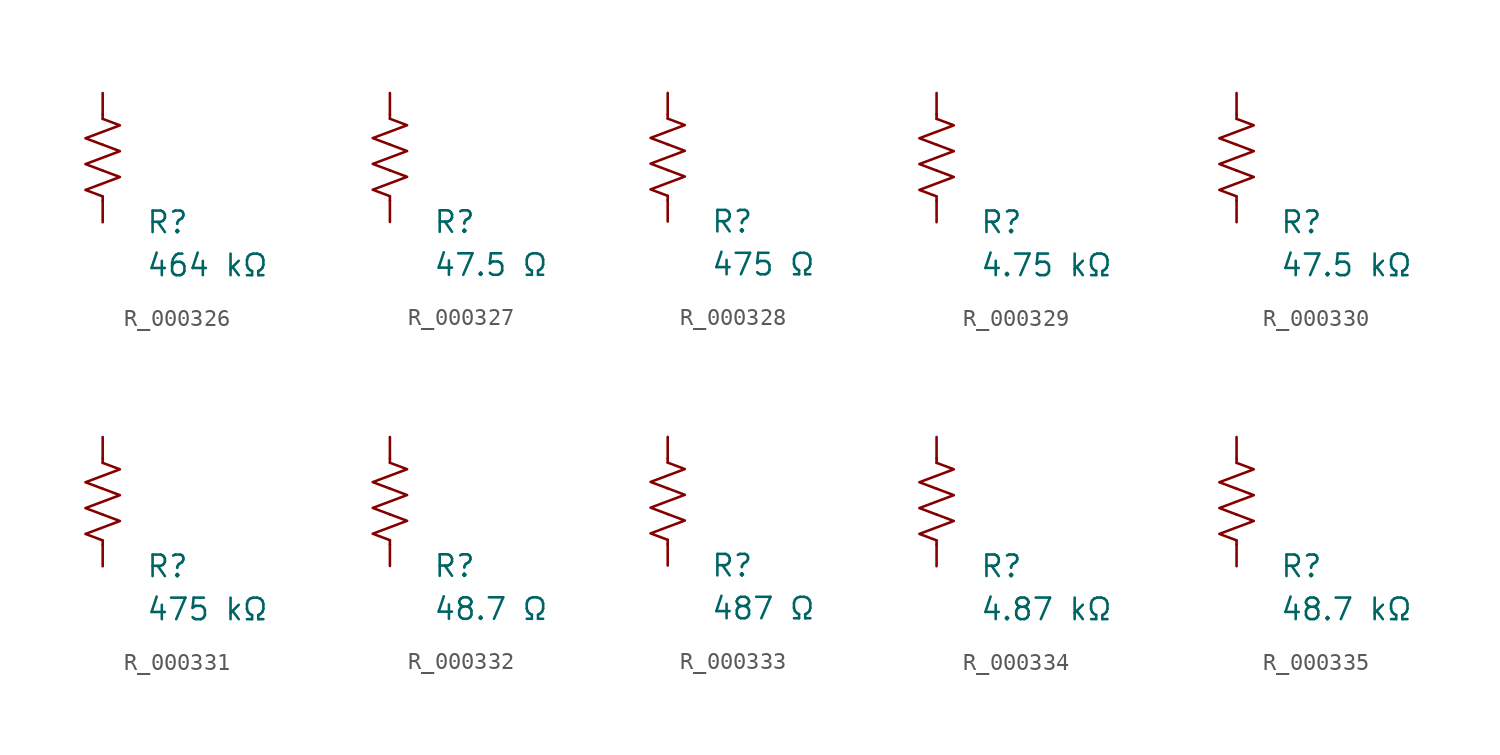
<source format=kicad_sym>
(kicad_symbol_lib
  (version 20231120)
  (generator "kicad_symbol_editor")
  (generator_version "8.0")
  (symbol "R_000326"
    (pin_numbers hide)
    (pin_names
      (offset 0))
    (property "Reference" "R"
      (at 2.54 -3.81 0)
      (effects (font (size 1.27 1.27)) (justify left))
      (show_name no))
    (property "Value" "464 kΩ"
      (at 2.54 -6.35 0)
      (effects (font (size 1.27 1.27)) (justify left))
      (show_name no))
    (symbol "R_000326_0_1"
      (polyline (pts (xy 0 -2.286) (xy 0 -2.54)) (stroke (width 0) (type default)) (fill (type none)))
      (polyline (pts (xy 0 2.286) (xy 0 2.54)) (stroke (width 0) (type default)) (fill (type none)))
      (polyline (pts (xy 0 -0.762) (xy 1.016 -1.143) (xy 0 -1.524) (xy -1.016 -1.905) (xy 0 -2.286)) (stroke (width 0) (type default)) (fill (type none)))
      (polyline (pts (xy 0 0.762) (xy 1.016 0.381) (xy 0 0) (xy -1.016 -0.381) (xy 0 -0.762)) (stroke (width 0) (type default)) (fill (type none)))
      (polyline (pts (xy 0 2.286) (xy 1.016 1.905) (xy 0 1.524) (xy -1.016 1.143) (xy 0 0.762)) (stroke (width 0) (type default)) (fill (type none))))
    (symbol "R_000326_1_1"
      (pin passive line (at 0 3.81 270) (length 1.27) (name "~" (effects (font (size 1.27 1.27)))) (number "1" (effects (font (size 1.27 1.27)))))
      (pin passive line (at 0 -3.81 90) (length 1.27) (name "~" (effects (font (size 1.27 1.27)))) (number "2" (effects (font (size 1.27 1.27)))))))
  (symbol "R_000327"
    (pin_numbers hide)
    (pin_names
      (offset 0))
    (property "Reference" "R"
      (at 2.54 -3.81 0)
      (effects (font (size 1.27 1.27)) (justify left))
      (show_name no))
    (property "Value" "47.5 Ω"
      (at 2.54 -6.35 0)
      (effects (font (size 1.27 1.27)) (justify left))
      (show_name no))
    (symbol "R_000327_0_1"
      (polyline (pts (xy 0 -2.286) (xy 0 -2.54)) (stroke (width 0) (type default)) (fill (type none)))
      (polyline (pts (xy 0 2.286) (xy 0 2.54)) (stroke (width 0) (type default)) (fill (type none)))
      (polyline (pts (xy 0 -0.762) (xy 1.016 -1.143) (xy 0 -1.524) (xy -1.016 -1.905) (xy 0 -2.286)) (stroke (width 0) (type default)) (fill (type none)))
      (polyline (pts (xy 0 0.762) (xy 1.016 0.381) (xy 0 0) (xy -1.016 -0.381) (xy 0 -0.762)) (stroke (width 0) (type default)) (fill (type none)))
      (polyline (pts (xy 0 2.286) (xy 1.016 1.905) (xy 0 1.524) (xy -1.016 1.143) (xy 0 0.762)) (stroke (width 0) (type default)) (fill (type none))))
    (symbol "R_000327_1_1"
      (pin passive line (at 0 3.81 270) (length 1.27) (name "~" (effects (font (size 1.27 1.27)))) (number "1" (effects (font (size 1.27 1.27)))))
      (pin passive line (at 0 -3.81 90) (length 1.27) (name "~" (effects (font (size 1.27 1.27)))) (number "2" (effects (font (size 1.27 1.27)))))))
  (symbol "R_000328"
    (pin_numbers hide)
    (pin_names
      (offset 0))
    (property "Reference" "R"
      (at 2.54 -3.81 0)
      (effects (font (size 1.27 1.27)) (justify left))
      (show_name no))
    (property "Value" "475 Ω"
      (at 2.54 -6.35 0)
      (effects (font (size 1.27 1.27)) (justify left))
      (show_name no))
    (symbol "R_000328_0_1"
      (polyline (pts (xy 0 -2.286) (xy 0 -2.54)) (stroke (width 0) (type default)) (fill (type none)))
      (polyline (pts (xy 0 2.286) (xy 0 2.54)) (stroke (width 0) (type default)) (fill (type none)))
      (polyline (pts (xy 0 -0.762) (xy 1.016 -1.143) (xy 0 -1.524) (xy -1.016 -1.905) (xy 0 -2.286)) (stroke (width 0) (type default)) (fill (type none)))
      (polyline (pts (xy 0 0.762) (xy 1.016 0.381) (xy 0 0) (xy -1.016 -0.381) (xy 0 -0.762)) (stroke (width 0) (type default)) (fill (type none)))
      (polyline (pts (xy 0 2.286) (xy 1.016 1.905) (xy 0 1.524) (xy -1.016 1.143) (xy 0 0.762)) (stroke (width 0) (type default)) (fill (type none))))
    (symbol "R_000328_1_1"
      (pin passive line (at 0 3.81 270) (length 1.27) (name "~" (effects (font (size 1.27 1.27)))) (number "1" (effects (font (size 1.27 1.27)))))
      (pin passive line (at 0 -3.81 90) (length 1.27) (name "~" (effects (font (size 1.27 1.27)))) (number "2" (effects (font (size 1.27 1.27)))))))
  (symbol "R_000329"
    (pin_numbers hide)
    (pin_names
      (offset 0))
    (property "Reference" "R"
      (at 2.54 -3.81 0)
      (effects (font (size 1.27 1.27)) (justify left))
      (show_name no))
    (property "Value" "4.75 kΩ"
      (at 2.54 -6.35 0)
      (effects (font (size 1.27 1.27)) (justify left))
      (show_name no))
    (symbol "R_000329_0_1"
      (polyline (pts (xy 0 -2.286) (xy 0 -2.54)) (stroke (width 0) (type default)) (fill (type none)))
      (polyline (pts (xy 0 2.286) (xy 0 2.54)) (stroke (width 0) (type default)) (fill (type none)))
      (polyline (pts (xy 0 -0.762) (xy 1.016 -1.143) (xy 0 -1.524) (xy -1.016 -1.905) (xy 0 -2.286)) (stroke (width 0) (type default)) (fill (type none)))
      (polyline (pts (xy 0 0.762) (xy 1.016 0.381) (xy 0 0) (xy -1.016 -0.381) (xy 0 -0.762)) (stroke (width 0) (type default)) (fill (type none)))
      (polyline (pts (xy 0 2.286) (xy 1.016 1.905) (xy 0 1.524) (xy -1.016 1.143) (xy 0 0.762)) (stroke (width 0) (type default)) (fill (type none))))
    (symbol "R_000329_1_1"
      (pin passive line (at 0 3.81 270) (length 1.27) (name "~" (effects (font (size 1.27 1.27)))) (number "1" (effects (font (size 1.27 1.27)))))
      (pin passive line (at 0 -3.81 90) (length 1.27) (name "~" (effects (font (size 1.27 1.27)))) (number "2" (effects (font (size 1.27 1.27)))))))
  (symbol "R_000330"
    (pin_numbers hide)
    (pin_names
      (offset 0))
    (property "Reference" "R"
      (at 2.54 -3.81 0)
      (effects (font (size 1.27 1.27)) (justify left))
      (show_name no))
    (property "Value" "47.5 kΩ"
      (at 2.54 -6.35 0)
      (effects (font (size 1.27 1.27)) (justify left))
      (show_name no))
    (symbol "R_000330_0_1"
      (polyline (pts (xy 0 -2.286) (xy 0 -2.54)) (stroke (width 0) (type default)) (fill (type none)))
      (polyline (pts (xy 0 2.286) (xy 0 2.54)) (stroke (width 0) (type default)) (fill (type none)))
      (polyline (pts (xy 0 -0.762) (xy 1.016 -1.143) (xy 0 -1.524) (xy -1.016 -1.905) (xy 0 -2.286)) (stroke (width 0) (type default)) (fill (type none)))
      (polyline (pts (xy 0 0.762) (xy 1.016 0.381) (xy 0 0) (xy -1.016 -0.381) (xy 0 -0.762)) (stroke (width 0) (type default)) (fill (type none)))
      (polyline (pts (xy 0 2.286) (xy 1.016 1.905) (xy 0 1.524) (xy -1.016 1.143) (xy 0 0.762)) (stroke (width 0) (type default)) (fill (type none))))
    (symbol "R_000330_1_1"
      (pin passive line (at 0 3.81 270) (length 1.27) (name "~" (effects (font (size 1.27 1.27)))) (number "1" (effects (font (size 1.27 1.27)))))
      (pin passive line (at 0 -3.81 90) (length 1.27) (name "~" (effects (font (size 1.27 1.27)))) (number "2" (effects (font (size 1.27 1.27)))))))
  (symbol "R_000331"
    (pin_numbers hide)
    (pin_names
      (offset 0))
    (property "Reference" "R"
      (at 2.54 -3.81 0)
      (effects (font (size 1.27 1.27)) (justify left))
      (show_name no))
    (property "Value" "475 kΩ"
      (at 2.54 -6.35 0)
      (effects (font (size 1.27 1.27)) (justify left))
      (show_name no))
    (symbol "R_000331_0_1"
      (polyline (pts (xy 0 -2.286) (xy 0 -2.54)) (stroke (width 0) (type default)) (fill (type none)))
      (polyline (pts (xy 0 2.286) (xy 0 2.54)) (stroke (width 0) (type default)) (fill (type none)))
      (polyline (pts (xy 0 -0.762) (xy 1.016 -1.143) (xy 0 -1.524) (xy -1.016 -1.905) (xy 0 -2.286)) (stroke (width 0) (type default)) (fill (type none)))
      (polyline (pts (xy 0 0.762) (xy 1.016 0.381) (xy 0 0) (xy -1.016 -0.381) (xy 0 -0.762)) (stroke (width 0) (type default)) (fill (type none)))
      (polyline (pts (xy 0 2.286) (xy 1.016 1.905) (xy 0 1.524) (xy -1.016 1.143) (xy 0 0.762)) (stroke (width 0) (type default)) (fill (type none))))
    (symbol "R_000331_1_1"
      (pin passive line (at 0 3.81 270) (length 1.27) (name "~" (effects (font (size 1.27 1.27)))) (number "1" (effects (font (size 1.27 1.27)))))
      (pin passive line (at 0 -3.81 90) (length 1.27) (name "~" (effects (font (size 1.27 1.27)))) (number "2" (effects (font (size 1.27 1.27)))))))
  (symbol "R_000332"
    (pin_numbers hide)
    (pin_names
      (offset 0))
    (property "Reference" "R"
      (at 2.54 -3.81 0)
      (effects (font (size 1.27 1.27)) (justify left))
      (show_name no))
    (property "Value" "48.7 Ω"
      (at 2.54 -6.35 0)
      (effects (font (size 1.27 1.27)) (justify left))
      (show_name no))
    (symbol "R_000332_0_1"
      (polyline (pts (xy 0 -2.286) (xy 0 -2.54)) (stroke (width 0) (type default)) (fill (type none)))
      (polyline (pts (xy 0 2.286) (xy 0 2.54)) (stroke (width 0) (type default)) (fill (type none)))
      (polyline (pts (xy 0 -0.762) (xy 1.016 -1.143) (xy 0 -1.524) (xy -1.016 -1.905) (xy 0 -2.286)) (stroke (width 0) (type default)) (fill (type none)))
      (polyline (pts (xy 0 0.762) (xy 1.016 0.381) (xy 0 0) (xy -1.016 -0.381) (xy 0 -0.762)) (stroke (width 0) (type default)) (fill (type none)))
      (polyline (pts (xy 0 2.286) (xy 1.016 1.905) (xy 0 1.524) (xy -1.016 1.143) (xy 0 0.762)) (stroke (width 0) (type default)) (fill (type none))))
    (symbol "R_000332_1_1"
      (pin passive line (at 0 3.81 270) (length 1.27) (name "~" (effects (font (size 1.27 1.27)))) (number "1" (effects (font (size 1.27 1.27)))))
      (pin passive line (at 0 -3.81 90) (length 1.27) (name "~" (effects (font (size 1.27 1.27)))) (number "2" (effects (font (size 1.27 1.27)))))))
  (symbol "R_000333"
    (pin_numbers hide)
    (pin_names
      (offset 0))
    (property "Reference" "R"
      (at 2.54 -3.81 0)
      (effects (font (size 1.27 1.27)) (justify left))
      (show_name no))
    (property "Value" "487 Ω"
      (at 2.54 -6.35 0)
      (effects (font (size 1.27 1.27)) (justify left))
      (show_name no))
    (symbol "R_000333_0_1"
      (polyline (pts (xy 0 -2.286) (xy 0 -2.54)) (stroke (width 0) (type default)) (fill (type none)))
      (polyline (pts (xy 0 2.286) (xy 0 2.54)) (stroke (width 0) (type default)) (fill (type none)))
      (polyline (pts (xy 0 -0.762) (xy 1.016 -1.143) (xy 0 -1.524) (xy -1.016 -1.905) (xy 0 -2.286)) (stroke (width 0) (type default)) (fill (type none)))
      (polyline (pts (xy 0 0.762) (xy 1.016 0.381) (xy 0 0) (xy -1.016 -0.381) (xy 0 -0.762)) (stroke (width 0) (type default)) (fill (type none)))
      (polyline (pts (xy 0 2.286) (xy 1.016 1.905) (xy 0 1.524) (xy -1.016 1.143) (xy 0 0.762)) (stroke (width 0) (type default)) (fill (type none))))
    (symbol "R_000333_1_1"
      (pin passive line (at 0 3.81 270) (length 1.27) (name "~" (effects (font (size 1.27 1.27)))) (number "1" (effects (font (size 1.27 1.27)))))
      (pin passive line (at 0 -3.81 90) (length 1.27) (name "~" (effects (font (size 1.27 1.27)))) (number "2" (effects (font (size 1.27 1.27)))))))
  (symbol "R_000334"
    (pin_numbers hide)
    (pin_names
      (offset 0))
    (property "Reference" "R"
      (at 2.54 -3.81 0)
      (effects (font (size 1.27 1.27)) (justify left))
      (show_name no))
    (property "Value" "4.87 kΩ"
      (at 2.54 -6.35 0)
      (effects (font (size 1.27 1.27)) (justify left))
      (show_name no))
    (symbol "R_000334_0_1"
      (polyline (pts (xy 0 -2.286) (xy 0 -2.54)) (stroke (width 0) (type default)) (fill (type none)))
      (polyline (pts (xy 0 2.286) (xy 0 2.54)) (stroke (width 0) (type default)) (fill (type none)))
      (polyline (pts (xy 0 -0.762) (xy 1.016 -1.143) (xy 0 -1.524) (xy -1.016 -1.905) (xy 0 -2.286)) (stroke (width 0) (type default)) (fill (type none)))
      (polyline (pts (xy 0 0.762) (xy 1.016 0.381) (xy 0 0) (xy -1.016 -0.381) (xy 0 -0.762)) (stroke (width 0) (type default)) (fill (type none)))
      (polyline (pts (xy 0 2.286) (xy 1.016 1.905) (xy 0 1.524) (xy -1.016 1.143) (xy 0 0.762)) (stroke (width 0) (type default)) (fill (type none))))
    (symbol "R_000334_1_1"
      (pin passive line (at 0 3.81 270) (length 1.27) (name "~" (effects (font (size 1.27 1.27)))) (number "1" (effects (font (size 1.27 1.27)))))
      (pin passive line (at 0 -3.81 90) (length 1.27) (name "~" (effects (font (size 1.27 1.27)))) (number "2" (effects (font (size 1.27 1.27)))))))
  (symbol "R_000335"
    (pin_numbers hide)
    (pin_names
      (offset 0))
    (property "Reference" "R"
      (at 2.54 -3.81 0)
      (effects (font (size 1.27 1.27)) (justify left))
      (show_name no))
    (property "Value" "48.7 kΩ"
      (at 2.54 -6.35 0)
      (effects (font (size 1.27 1.27)) (justify left))
      (show_name no))
    (symbol "R_000335_0_1"
      (polyline (pts (xy 0 -2.286) (xy 0 -2.54)) (stroke (width 0) (type default)) (fill (type none)))
      (polyline (pts (xy 0 2.286) (xy 0 2.54)) (stroke (width 0) (type default)) (fill (type none)))
      (polyline (pts (xy 0 -0.762) (xy 1.016 -1.143) (xy 0 -1.524) (xy -1.016 -1.905) (xy 0 -2.286)) (stroke (width 0) (type default)) (fill (type none)))
      (polyline (pts (xy 0 0.762) (xy 1.016 0.381) (xy 0 0) (xy -1.016 -0.381) (xy 0 -0.762)) (stroke (width 0) (type default)) (fill (type none)))
      (polyline (pts (xy 0 2.286) (xy 1.016 1.905) (xy 0 1.524) (xy -1.016 1.143) (xy 0 0.762)) (stroke (width 0) (type default)) (fill (type none))))
    (symbol "R_000335_1_1"
      (pin passive line (at 0 3.81 270) (length 1.27) (name "~" (effects (font (size 1.27 1.27)))) (number "1" (effects (font (size 1.27 1.27)))))
      (pin passive line (at 0 -3.81 90) (length 1.27) (name "~" (effects (font (size 1.27 1.27)))) (number "2" (effects (font (size 1.27 1.27))))))))
</source>
